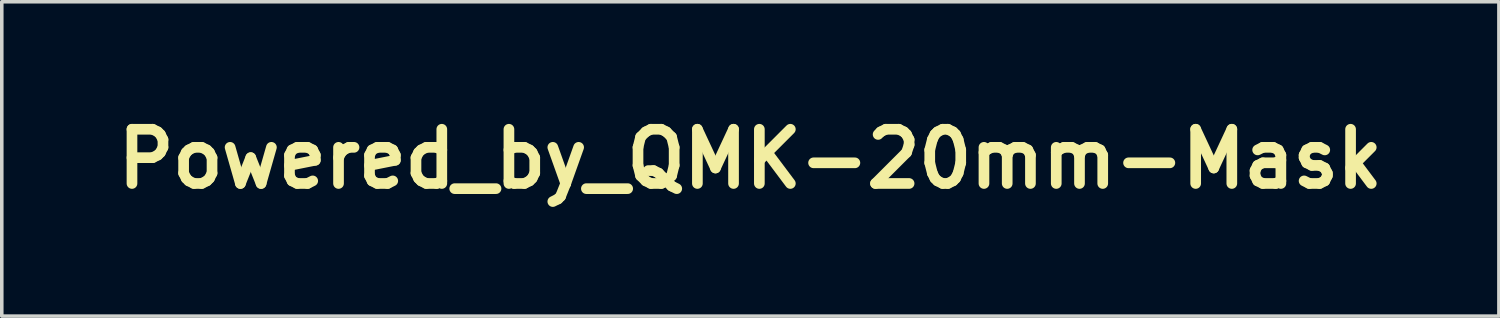
<source format=kicad_pcb>
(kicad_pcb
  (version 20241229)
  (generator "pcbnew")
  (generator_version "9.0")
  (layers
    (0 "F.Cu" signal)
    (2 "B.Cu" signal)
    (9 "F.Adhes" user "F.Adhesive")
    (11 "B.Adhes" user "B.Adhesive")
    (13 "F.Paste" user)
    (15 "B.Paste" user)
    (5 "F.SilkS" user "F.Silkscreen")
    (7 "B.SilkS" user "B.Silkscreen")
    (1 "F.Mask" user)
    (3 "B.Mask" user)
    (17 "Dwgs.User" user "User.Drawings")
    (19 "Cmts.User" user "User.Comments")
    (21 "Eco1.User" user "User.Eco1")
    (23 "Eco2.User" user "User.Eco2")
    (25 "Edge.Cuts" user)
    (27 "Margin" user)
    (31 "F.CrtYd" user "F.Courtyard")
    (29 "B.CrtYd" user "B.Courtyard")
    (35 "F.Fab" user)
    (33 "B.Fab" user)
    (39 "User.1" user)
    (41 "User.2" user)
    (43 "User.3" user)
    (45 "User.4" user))
  (footprint "Powered_by_QMK-20mm-Mask"
    (layer "F.Cu")
    (at 18.041 1.418)
    (property "Reference" "Powered_by_QMK-20mm-Mask" (at 0 0 0) (layer "F.SilkS") (effects (font (size 1.524 1.524) (thickness 0.3))))
    (attr board_only exclude_from_pos_files exclude_from_bom)
    (fp_poly (pts (xy -0.371 -0.321) (xy -0.322 -0.312) (xy -0.318 -0.311) (xy -0.299 -0.305) (xy -0.285 -0.297) (xy -0.276 -0.286) (xy -0.271 -0.271) (xy -0.269 -0.248) (xy -0.268 -0.221) (xy -0.269 -0.188) (xy -0.272 -0.163) (xy -0.277 -0.147) (xy -0.284 -0.139) (xy -0.287 -0.137) (xy -0.295 -0.137) (xy -0.309 -0.14) (xy -0.329 -0.145) (xy -0.336 -0.147) (xy -0.381 -0.158) (xy -0.421 -0.16) (xy -0.455 -0.154) (xy -0.473 -0.147) (xy -0.493 -0.133) (xy -0.518 -0.113) (xy -0.543 -0.087) (xy -0.569 -0.057) (xy -0.594 -0.025) (xy -0.605 -0.009) (xy -0.634 0.036) (xy -0.634 0.34) (xy -0.634 0.411) (xy -0.635 0.473) (xy -0.635 0.527) (xy -0.636 0.571) (xy -0.636 0.607) (xy -0.637 0.633) (xy -0.638 0.649) (xy -0.639 0.655) (xy -0.648 0.663) (xy -0.661 0.669) (xy -0.664 0.67) (xy -0.679 0.673) (xy -0.701 0.674) (xy -0.725 0.675) (xy -0.748 0.674) (xy -0.766 0.673) (xy -0.771 0.672) (xy -0.784 0.668) (xy -0.793 0.664) (xy -0.804 0.658) (xy -0.804 -0.294) (xy -0.793 -0.3) (xy -0.779 -0.304) (xy -0.757 -0.307) (xy -0.733 -0.309) (xy -0.708 -0.308) (xy -0.687 -0.306) (xy -0.674 -0.303) (xy -0.655 -0.295) (xy -0.652 -0.148) (xy -0.615 -0.195) (xy -0.576 -0.24) (xy -0.537 -0.274) (xy -0.498 -0.299) (xy -0.458 -0.315) (xy -0.416 -0.322)) (stroke (width 0) (type solid)) (fill yes) (layer "F.Mask"))
    (fp_poly (pts (xy -3.958 -0.32) (xy -3.889 -0.31) (xy -3.827 -0.293) (xy -3.773 -0.268) (xy -3.725 -0.237) (xy -3.682 -0.198) (xy -3.669 -0.182) (xy -3.636 -0.135) (xy -3.609 -0.08) (xy -3.588 -0.02) (xy -3.574 0.044) (xy -3.565 0.111) (xy -3.563 0.18) (xy -3.567 0.248) (xy -3.577 0.315) (xy -3.593 0.379) (xy -3.616 0.439) (xy -3.645 0.494) (xy -3.658 0.512) (xy -3.698 0.56) (xy -3.745 0.601) (xy -3.799 0.635) (xy -3.856 0.661) (xy -3.916 0.677) (xy -3.959 0.683) (xy -3.99 0.686) (xy -4.014 0.687) (xy -4.033 0.688) (xy -4.051 0.688) (xy -4.069 0.687) (xy -4.089 0.686) (xy -4.141 0.679) (xy -4.188 0.669) (xy -4.232 0.653) (xy -4.257 0.642) (xy -4.31 0.611) (xy -4.356 0.573) (xy -4.395 0.527) (xy -4.426 0.474) (xy -4.451 0.414) (xy -4.469 0.347) (xy -4.479 0.272) (xy -4.482 0.193) (xy -4.482 0.185) (xy -4.304 0.185) (xy -4.303 0.227) (xy -4.301 0.265) (xy -4.297 0.299) (xy -4.293 0.322) (xy -4.276 0.378) (xy -4.253 0.426) (xy -4.223 0.467) (xy -4.187 0.499) (xy -4.145 0.522) (xy -4.097 0.538) (xy -4.079 0.541) (xy -4.042 0.545) (xy -4.008 0.545) (xy -3.971 0.54) (xy -3.964 0.539) (xy -3.916 0.526) (xy -3.872 0.503) (xy -3.834 0.472) (xy -3.802 0.434) (xy -3.776 0.389) (xy -3.757 0.337) (xy -3.756 0.333) (xy -3.746 0.277) (xy -3.74 0.218) (xy -3.74 0.157) (xy -3.745 0.097) (xy -3.755 0.04) (xy -3.77 -0.011) (xy -3.785 -0.048) (xy -3.812 -0.089) (xy -3.845 -0.123) (xy -3.885 -0.15) (xy -3.93 -0.168) (xy -3.948 -0.173) (xy -3.994 -0.179) (xy -4.041 -0.179) (xy -4.087 -0.173) (xy -4.13 -0.162) (xy -4.166 -0.146) (xy -4.166 -0.146) (xy -4.201 -0.12) (xy -4.232 -0.085) (xy -4.259 -0.043) (xy -4.281 0.005) (xy -4.293 0.046) (xy -4.298 0.072) (xy -4.301 0.106) (xy -4.303 0.144) (xy -4.304 0.185) (xy -4.482 0.185) (xy -4.478 0.112) (xy -4.467 0.036) (xy -4.448 -0.033) (xy -4.422 -0.095) (xy -4.388 -0.15) (xy -4.347 -0.198) (xy -4.299 -0.239) (xy -4.244 -0.272) (xy -4.231 -0.279) (xy -4.169 -0.302) (xy -4.102 -0.317) (xy -4.031 -0.323)) (stroke (width 0) (type solid)) (fill yes) (layer "F.Mask"))
    (fp_poly (pts (xy 8.359 -0.657) (xy 8.38 -0.654) (xy 8.395 -0.649) (xy 8.396 -0.648) (xy 8.41 -0.639) (xy 8.411 -0.341) (xy 8.413 -0.044) (xy 8.65 -0.342) (xy 8.692 -0.395) (xy 8.732 -0.444) (xy 8.768 -0.49) (xy 8.802 -0.531) (xy 8.831 -0.566) (xy 8.856 -0.596) (xy 8.876 -0.62) (xy 8.891 -0.637) (xy 8.9 -0.647) (xy 8.902 -0.649) (xy 8.916 -0.653) (xy 8.937 -0.656) (xy 8.963 -0.658) (xy 8.99 -0.658) (xy 9.016 -0.657) (xy 9.038 -0.654) (xy 9.053 -0.65) (xy 9.056 -0.648) (xy 9.067 -0.636) (xy 9.069 -0.62) (xy 9.063 -0.6) (xy 9.055 -0.588) (xy 9.049 -0.58) (xy 9.038 -0.565) (xy 9.02 -0.543) (xy 8.998 -0.516) (xy 8.972 -0.484) (xy 8.942 -0.447) (xy 8.909 -0.407) (xy 8.873 -0.365) (xy 8.836 -0.32) (xy 8.821 -0.302) (xy 8.775 -0.247) (xy 8.733 -0.197) (xy 8.698 -0.154) (xy 8.667 -0.116) (xy 8.643 -0.086) (xy 8.624 -0.062) (xy 8.612 -0.045) (xy 8.606 -0.036) (xy 8.605 -0.034) (xy 8.615 -0.021) (xy 8.63 -0.002) (xy 8.649 0.024) (xy 8.672 0.054) (xy 8.699 0.09) (xy 8.728 0.128) (xy 8.759 0.17) (xy 8.792 0.213) (xy 8.825 0.258) (xy 8.859 0.303) (xy 8.892 0.348) (xy 8.925 0.392) (xy 8.956 0.433) (xy 8.985 0.472) (xy 9.011 0.507) (xy 9.034 0.538) (xy 9.053 0.563) (xy 9.067 0.583) (xy 9.076 0.596) (xy 9.08 0.601) (xy 9.092 0.623) (xy 9.096 0.641) (xy 9.092 0.655) (xy 9.079 0.664) (xy 9.056 0.671) (xy 9.025 0.674) (xy 9.022 0.674) (xy 8.988 0.675) (xy 8.957 0.672) (xy 8.932 0.667) (xy 8.914 0.66) (xy 8.91 0.657) (xy 8.905 0.652) (xy 8.895 0.639) (xy 8.88 0.619) (xy 8.86 0.592) (xy 8.836 0.56) (xy 8.809 0.523) (xy 8.778 0.481) (xy 8.744 0.436) (xy 8.708 0.387) (xy 8.67 0.336) (xy 8.657 0.317) (xy 8.413 -0.015) (xy 8.411 0.32) (xy 8.41 0.655) (xy 8.397 0.663) (xy 8.385 0.667) (xy 8.366 0.671) (xy 8.342 0.673) (xy 8.317 0.674) (xy 8.293 0.674) (xy 8.274 0.672) (xy 8.267 0.671) (xy 8.262 0.67) (xy 8.258 0.669) (xy 8.254 0.669) (xy 8.251 0.667) (xy 8.248 0.665) (xy 8.245 0.66) (xy 8.243 0.654) (xy 8.241 0.644) (xy 8.24 0.631) (xy 8.238 0.615) (xy 8.237 0.594) (xy 8.236 0.568) (xy 8.236 0.536) (xy 8.235 0.499) (xy 8.235 0.455) (xy 8.235 0.404) (xy 8.235 0.345) (xy 8.235 0.279) (xy 8.235 0.203) (xy 8.235 0.119) (xy 8.235 0.025) (xy 8.235 0.007) (xy 8.235 -0.639) (xy 8.249 -0.648) (xy 8.262 -0.653) (xy 8.282 -0.656) (xy 8.307 -0.658) (xy 8.334 -0.658)) (stroke (width 0) (type solid)) (fill yes) (layer "F.Mask"))
    (fp_poly (pts (xy -1.4 -0.318) (xy -1.343 -0.309) (xy -1.292 -0.292) (xy -1.245 -0.268) (xy -1.202 -0.237) (xy -1.178 -0.214) (xy -1.143 -0.174) (xy -1.114 -0.13) (xy -1.093 -0.081) (xy -1.077 -0.027) (xy -1.067 0.034) (xy -1.064 0.089) (xy -1.063 0.124) (xy -1.063 0.15) (xy -1.065 0.17) (xy -1.069 0.184) (xy -1.076 0.195) (xy -1.085 0.203) (xy -1.09 0.206) (xy -1.094 0.208) (xy -1.099 0.21) (xy -1.104 0.212) (xy -1.112 0.213) (xy -1.123 0.214) (xy -1.137 0.215) (xy -1.156 0.215) (xy -1.181 0.216) (xy -1.212 0.216) (xy -1.249 0.216) (xy -1.295 0.217) (xy -1.349 0.217) (xy -1.412 0.217) (xy -1.734 0.217) (xy -1.731 0.26) (xy -1.724 0.319) (xy -1.712 0.369) (xy -1.695 0.412) (xy -1.673 0.449) (xy -1.65 0.475) (xy -1.62 0.501) (xy -1.586 0.521) (xy -1.547 0.535) (xy -1.503 0.544) (xy -1.451 0.548) (xy -1.428 0.548) (xy -1.392 0.548) (xy -1.358 0.545) (xy -1.326 0.541) (xy -1.294 0.534) (xy -1.259 0.525) (xy -1.219 0.512) (xy -1.172 0.495) (xy -1.156 0.489) (xy -1.124 0.477) (xy -1.113 0.489) (xy -1.107 0.496) (xy -1.103 0.505) (xy -1.101 0.519) (xy -1.101 0.54) (xy -1.102 0.569) (xy -1.106 0.59) (xy -1.113 0.605) (xy -1.127 0.617) (xy -1.146 0.628) (xy -1.148 0.63) (xy -1.193 0.647) (xy -1.245 0.662) (xy -1.303 0.674) (xy -1.364 0.682) (xy -1.425 0.686) (xy -1.485 0.686) (xy -1.508 0.685) (xy -1.578 0.676) (xy -1.642 0.658) (xy -1.699 0.632) (xy -1.749 0.599) (xy -1.793 0.558) (xy -1.83 0.51) (xy -1.859 0.454) (xy -1.882 0.391) (xy -1.898 0.321) (xy -1.906 0.244) (xy -1.908 0.191) (xy -1.904 0.11) (xy -1.899 0.075) (xy -1.733 0.075) (xy -1.73 0.081) (xy -1.725 0.085) (xy -1.715 0.089) (xy -1.699 0.091) (xy -1.679 0.092) (xy -1.651 0.093) (xy -1.616 0.093) (xy -1.573 0.093) (xy -1.521 0.093) (xy -1.482 0.093) (xy -1.232 0.093) (xy -1.232 0.067) (xy -1.236 0.021) (xy -1.247 -0.024) (xy -1.263 -0.067) (xy -1.284 -0.104) (xy -1.302 -0.125) (xy -1.333 -0.151) (xy -1.371 -0.171) (xy -1.414 -0.183) (xy -1.459 -0.189) (xy -1.504 -0.188) (xy -1.549 -0.179) (xy -1.586 -0.165) (xy -1.624 -0.141) (xy -1.657 -0.109) (xy -1.686 -0.069) (xy -1.708 -0.025) (xy -1.723 0.025) (xy -1.725 0.032) (xy -1.728 0.046) (xy -1.731 0.058) (xy -1.733 0.067) (xy -1.733 0.075) (xy -1.899 0.075) (xy -1.893 0.035) (xy -1.874 -0.034) (xy -1.848 -0.096) (xy -1.815 -0.152) (xy -1.776 -0.2) (xy -1.73 -0.241) (xy -1.677 -0.274) (xy -1.619 -0.299) (xy -1.58 -0.31) (xy -1.556 -0.315) (xy -1.531 -0.319) (xy -1.504 -0.321) (xy -1.47 -0.321) (xy -1.464 -0.321)) (stroke (width 0) (type solid)) (fill yes) (layer "F.Mask"))
    (fp_poly (pts (xy 0.343 -0.318) (xy 0.4 -0.309) (xy 0.451 -0.292) (xy 0.498 -0.268) (xy 0.54 -0.237) (xy 0.565 -0.214) (xy 0.601 -0.173) (xy 0.63 -0.128) (xy 0.651 -0.078) (xy 0.667 -0.022) (xy 0.676 0.041) (xy 0.679 0.085) (xy 0.68 0.122) (xy 0.68 0.15) (xy 0.677 0.17) (xy 0.672 0.185) (xy 0.665 0.196) (xy 0.655 0.205) (xy 0.653 0.206) (xy 0.649 0.208) (xy 0.645 0.21) (xy 0.639 0.212) (xy 0.631 0.213) (xy 0.621 0.214) (xy 0.607 0.215) (xy 0.588 0.215) (xy 0.564 0.216) (xy 0.534 0.216) (xy 0.497 0.216) (xy 0.452 0.216) (xy 0.398 0.217) (xy 0.336 0.217) (xy 0.009 0.217) (xy 0.012 0.26) (xy 0.019 0.319) (xy 0.031 0.369) (xy 0.048 0.412) (xy 0.07 0.449) (xy 0.092 0.475) (xy 0.123 0.501) (xy 0.157 0.521) (xy 0.196 0.535) (xy 0.24 0.544) (xy 0.292 0.548) (xy 0.315 0.548) (xy 0.351 0.548) (xy 0.384 0.545) (xy 0.416 0.541) (xy 0.449 0.534) (xy 0.484 0.525) (xy 0.524 0.512) (xy 0.571 0.495) (xy 0.586 0.489) (xy 0.619 0.477) (xy 0.63 0.488) (xy 0.636 0.496) (xy 0.639 0.505) (xy 0.641 0.52) (xy 0.642 0.54) (xy 0.641 0.569) (xy 0.637 0.59) (xy 0.63 0.605) (xy 0.617 0.617) (xy 0.597 0.628) (xy 0.595 0.63) (xy 0.55 0.647) (xy 0.497 0.662) (xy 0.44 0.674) (xy 0.379 0.682) (xy 0.317 0.686) (xy 0.258 0.686) (xy 0.235 0.685) (xy 0.164 0.676) (xy 0.101 0.658) (xy 0.044 0.633) (xy -0.006 0.6) (xy -0.05 0.559) (xy -0.087 0.511) (xy -0.116 0.456) (xy -0.139 0.393) (xy -0.154 0.323) (xy -0.163 0.247) (xy -0.163 0.163) (xy -0.163 0.16) (xy -0.16 0.106) (xy -0.157 0.075) (xy 0.01 0.075) (xy 0.012 0.081) (xy 0.018 0.085) (xy 0.028 0.089) (xy 0.043 0.091) (xy 0.064 0.092) (xy 0.092 0.093) (xy 0.126 0.093) (xy 0.169 0.093) (xy 0.221 0.093) (xy 0.26 0.093) (xy 0.51 0.093) (xy 0.51 0.067) (xy 0.507 0.021) (xy 0.496 -0.024) (xy 0.48 -0.067) (xy 0.458 -0.104) (xy 0.44 -0.126) (xy 0.407 -0.152) (xy 0.368 -0.172) (xy 0.325 -0.184) (xy 0.279 -0.189) (xy 0.233 -0.187) (xy 0.188 -0.177) (xy 0.156 -0.164) (xy 0.118 -0.141) (xy 0.085 -0.109) (xy 0.057 -0.069) (xy 0.035 -0.024) (xy 0.02 0.025) (xy 0.018 0.032) (xy 0.015 0.046) (xy 0.012 0.058) (xy 0.01 0.067) (xy 0.01 0.075) (xy -0.157 0.075) (xy -0.155 0.06) (xy -0.147 0.018) (xy -0.136 -0.021) (xy -0.127 -0.049) (xy -0.098 -0.111) (xy -0.063 -0.165) (xy -0.02 -0.212) (xy 0.028 -0.251) (xy 0.083 -0.282) (xy 0.144 -0.305) (xy 0.162 -0.31) (xy 0.187 -0.315) (xy 0.212 -0.319) (xy 0.239 -0.321) (xy 0.273 -0.321) (xy 0.278 -0.321)) (stroke (width 0) (type solid)) (fill yes) (layer "F.Mask"))
    (fp_poly (pts (xy -5.281 -0.654) (xy -5.242 -0.654) (xy -5.194 -0.654) (xy -5.179 -0.653) (xy -5.127 -0.653) (xy -5.085 -0.652) (xy -5.051 -0.651) (xy -5.023 -0.65) (xy -5.001 -0.649) (xy -4.982 -0.648) (xy -4.966 -0.646) (xy -4.952 -0.644) (xy -4.938 -0.641) (xy -4.933 -0.64) (xy -4.873 -0.623) (xy -4.82 -0.601) (xy -4.774 -0.573) (xy -4.733 -0.538) (xy -4.721 -0.526) (xy -4.691 -0.488) (xy -4.665 -0.444) (xy -4.645 -0.398) (xy -4.638 -0.374) (xy -4.629 -0.323) (xy -4.626 -0.268) (xy -4.629 -0.211) (xy -4.638 -0.155) (xy -4.651 -0.11) (xy -4.669 -0.065) (xy -4.691 -0.025) (xy -4.72 0.012) (xy -4.733 0.027) (xy -4.774 0.066) (xy -4.819 0.097) (xy -4.869 0.123) (xy -4.926 0.143) (xy -4.945 0.148) (xy -4.961 0.152) (xy -4.976 0.156) (xy -4.991 0.158) (xy -5.009 0.16) (xy -5.03 0.161) (xy -5.057 0.162) (xy -5.092 0.163) (xy -5.127 0.164) (xy -5.259 0.166) (xy -5.259 0.405) (xy -5.259 0.463) (xy -5.259 0.511) (xy -5.26 0.551) (xy -5.26 0.584) (xy -5.261 0.609) (xy -5.263 0.629) (xy -5.265 0.643) (xy -5.268 0.653) (xy -5.272 0.66) (xy -5.277 0.664) (xy -5.284 0.667) (xy -5.291 0.669) (xy -5.298 0.67) (xy -5.32 0.673) (xy -5.346 0.675) (xy -5.374 0.674) (xy -5.399 0.672) (xy -5.41 0.669) (xy -5.424 0.664) (xy -5.434 0.656) (xy -5.435 0.655) (xy -5.436 0.648) (xy -5.437 0.631) (xy -5.437 0.604) (xy -5.438 0.567) (xy -5.438 0.52) (xy -5.439 0.463) (xy -5.439 0.397) (xy -5.439 0.321) (xy -5.439 0.236) (xy -5.439 0.142) (xy -5.439 0.039) (xy -5.439 0.021) (xy -5.259 0.021) (xy -5.16 0.02) (xy -5.118 0.02) (xy -5.081 0.019) (xy -5.049 0.016) (xy -5.025 0.014) (xy -5.021 0.013) (xy -4.973 -0.000408) (xy -4.929 -0.023) (xy -4.891 -0.052) (xy -4.859 -0.089) (xy -4.835 -0.132) (xy -4.823 -0.166) (xy -4.814 -0.219) (xy -4.812 -0.269) (xy -4.819 -0.318) (xy -4.833 -0.363) (xy -4.854 -0.403) (xy -4.881 -0.437) (xy -4.915 -0.465) (xy -4.936 -0.477) (xy -4.956 -0.485) (xy -4.975 -0.492) (xy -4.995 -0.497) (xy -5.018 -0.501) (xy -5.045 -0.503) (xy -5.079 -0.505) (xy -5.12 -0.505) (xy -5.147 -0.505) (xy -5.259 -0.505) (xy -5.259 0.021) (xy -5.439 0.021) (xy -5.439 0.017) (xy -5.439 -0.078) (xy -5.438 -0.164) (xy -5.438 -0.24) (xy -5.438 -0.308) (xy -5.438 -0.368) (xy -5.437 -0.419) (xy -5.437 -0.464) (xy -5.436 -0.502) (xy -5.436 -0.535) (xy -5.434 -0.561) (xy -5.433 -0.583) (xy -5.431 -0.6) (xy -5.429 -0.614) (xy -5.427 -0.624) (xy -5.424 -0.631) (xy -5.421 -0.637) (xy -5.417 -0.64) (xy -5.413 -0.642) (xy -5.409 -0.644) (xy -5.403 -0.645) (xy -5.397 -0.647) (xy -5.396 -0.647) (xy -5.389 -0.65) (xy -5.381 -0.651) (xy -5.371 -0.653) (xy -5.356 -0.654) (xy -5.337 -0.654) (xy -5.313 -0.654)) (stroke (width 0) (type solid)) (fill yes) (layer "F.Mask"))
    (fp_poly (pts (xy 4.281 -0.309) (xy 4.306 -0.307) (xy 4.326 -0.304) (xy 4.331 -0.303) (xy 4.336 -0.301) (xy 4.34 -0.299) (xy 4.344 -0.297) (xy 4.346 -0.293) (xy 4.348 -0.288) (xy 4.348 -0.281) (xy 4.348 -0.272) (xy 4.345 -0.259) (xy 4.341 -0.243) (xy 4.336 -0.223) (xy 4.328 -0.198) (xy 4.318 -0.168) (xy 4.306 -0.133) (xy 4.292 -0.092) (xy 4.275 -0.044) (xy 4.256 0.01) (xy 4.234 0.072) (xy 4.208 0.142) (xy 4.18 0.221) (xy 4.149 0.308) (xy 4.127 0.369) (xy 4.099 0.445) (xy 4.072 0.52) (xy 4.046 0.591) (xy 4.022 0.658) (xy 3.999 0.722) (xy 3.977 0.78) (xy 3.958 0.833) (xy 3.941 0.88) (xy 3.927 0.92) (xy 3.915 0.953) (xy 3.905 0.978) (xy 3.899 0.994) (xy 3.896 1.002) (xy 3.896 1.002) (xy 3.885 1.019) (xy 3.869 1.03) (xy 3.853 1.034) (xy 3.83 1.037) (xy 3.803 1.039) (xy 3.776 1.04) (xy 3.752 1.039) (xy 3.735 1.036) (xy 3.734 1.036) (xy 3.726 1.033) (xy 3.719 1.03) (xy 3.714 1.025) (xy 3.712 1.018) (xy 3.713 1.007) (xy 3.716 0.993) (xy 3.722 0.973) (xy 3.731 0.947) (xy 3.744 0.914) (xy 3.76 0.872) (xy 3.774 0.838) (xy 3.841 0.669) (xy 3.828 0.658) (xy 3.825 0.653) (xy 3.82 0.643) (xy 3.813 0.627) (xy 3.803 0.604) (xy 3.792 0.575) (xy 3.777 0.539) (xy 3.76 0.495) (xy 3.741 0.443) (xy 3.718 0.383) (xy 3.692 0.314) (xy 3.663 0.237) (xy 3.648 0.196) (xy 3.623 0.13) (xy 3.6 0.067) (xy 3.578 0.008) (xy 3.557 -0.048) (xy 3.538 -0.1) (xy 3.522 -0.145) (xy 3.507 -0.185) (xy 3.495 -0.219) (xy 3.486 -0.244) (xy 3.48 -0.262) (xy 3.477 -0.271) (xy 3.477 -0.271) (xy 3.477 -0.285) (xy 3.483 -0.295) (xy 3.497 -0.301) (xy 3.518 -0.306) (xy 3.549 -0.308) (xy 3.555 -0.308) (xy 3.59 -0.309) (xy 3.616 -0.306) (xy 3.635 -0.3) (xy 3.648 -0.291) (xy 3.656 -0.28) (xy 3.659 -0.272) (xy 3.665 -0.256) (xy 3.674 -0.232) (xy 3.685 -0.2) (xy 3.699 -0.161) (xy 3.715 -0.117) (xy 3.733 -0.068) (xy 3.751 -0.015) (xy 3.772 0.041) (xy 3.792 0.1) (xy 3.813 0.159) (xy 3.833 0.214) (xy 3.852 0.266) (xy 3.869 0.314) (xy 3.884 0.356) (xy 3.897 0.393) (xy 3.908 0.422) (xy 3.917 0.445) (xy 3.922 0.459) (xy 3.924 0.464) (xy 3.924 0.464) (xy 3.927 0.459) (xy 3.932 0.445) (xy 3.94 0.423) (xy 3.95 0.394) (xy 3.963 0.358) (xy 3.978 0.315) (xy 3.994 0.268) (xy 4.012 0.216) (xy 4.031 0.16) (xy 4.051 0.101) (xy 4.053 0.097) (xy 4.073 0.037) (xy 4.092 -0.019) (xy 4.111 -0.073) (xy 4.128 -0.122) (xy 4.143 -0.166) (xy 4.156 -0.205) (xy 4.168 -0.236) (xy 4.176 -0.261) (xy 4.182 -0.277) (xy 4.185 -0.285) (xy 4.185 -0.285) (xy 4.197 -0.298) (xy 4.211 -0.304) (xy 4.23 -0.307) (xy 4.254 -0.309)) (stroke (width 0) (type solid)) (fill yes) (layer "F.Mask"))
    (fp_poly (pts (xy 2.622 -0.75) (xy 2.642 -0.749) (xy 2.655 -0.748) (xy 2.663 -0.745) (xy 2.669 -0.742) (xy 2.669 -0.741) (xy 2.672 -0.738) (xy 2.673 -0.735) (xy 2.675 -0.729) (xy 2.676 -0.72) (xy 2.677 -0.707) (xy 2.678 -0.689) (xy 2.678 -0.666) (xy 2.679 -0.637) (xy 2.679 -0.6) (xy 2.68 -0.556) (xy 2.68 -0.502) (xy 2.68 -0.456) (xy 2.68 -0.404) (xy 2.681 -0.355) (xy 2.681 -0.31) (xy 2.682 -0.27) (xy 2.682 -0.237) (xy 2.683 -0.21) (xy 2.684 -0.191) (xy 2.684 -0.182) (xy 2.685 -0.18) (xy 2.69 -0.184) (xy 2.7 -0.193) (xy 2.714 -0.205) (xy 2.72 -0.211) (xy 2.752 -0.237) (xy 2.788 -0.263) (xy 2.825 -0.285) (xy 2.86 -0.301) (xy 2.864 -0.302) (xy 2.917 -0.317) (xy 2.973 -0.323) (xy 3.029 -0.321) (xy 3.084 -0.311) (xy 3.134 -0.293) (xy 3.172 -0.272) (xy 3.218 -0.236) (xy 3.258 -0.193) (xy 3.291 -0.141) (xy 3.31 -0.1) (xy 3.33 -0.041) (xy 3.344 0.025) (xy 3.352 0.095) (xy 3.356 0.167) (xy 3.353 0.24) (xy 3.345 0.311) (xy 3.331 0.379) (xy 3.323 0.408) (xy 3.298 0.472) (xy 3.267 0.528) (xy 3.23 0.576) (xy 3.187 0.615) (xy 3.138 0.647) (xy 3.084 0.67) (xy 3.026 0.683) (xy 2.963 0.688) (xy 2.916 0.685) (xy 2.868 0.676) (xy 2.82 0.658) (xy 2.772 0.63) (xy 2.723 0.593) (xy 2.7 0.572) (xy 2.661 0.535) (xy 2.661 0.592) (xy 2.66 0.622) (xy 2.658 0.643) (xy 2.653 0.656) (xy 2.645 0.665) (xy 2.632 0.67) (xy 2.617 0.673) (xy 2.595 0.675) (xy 2.57 0.674) (xy 2.547 0.672) (xy 2.529 0.668) (xy 2.522 0.666) (xy 2.511 0.66) (xy 2.511 0.376) (xy 2.681 0.376) (xy 2.732 0.426) (xy 2.771 0.464) (xy 2.807 0.493) (xy 2.84 0.515) (xy 2.873 0.529) (xy 2.906 0.537) (xy 2.941 0.54) (xy 2.955 0.54) (xy 2.984 0.537) (xy 3.007 0.533) (xy 3.028 0.525) (xy 3.029 0.524) (xy 3.065 0.502) (xy 3.097 0.471) (xy 3.124 0.431) (xy 3.146 0.384) (xy 3.163 0.329) (xy 3.174 0.267) (xy 3.177 0.248) (xy 3.18 0.193) (xy 3.178 0.135) (xy 3.172 0.078) (xy 3.162 0.024) (xy 3.147 -0.025) (xy 3.135 -0.055) (xy 3.116 -0.087) (xy 3.092 -0.117) (xy 3.064 -0.142) (xy 3.038 -0.158) (xy 3.006 -0.17) (xy 2.968 -0.175) (xy 2.929 -0.174) (xy 2.892 -0.168) (xy 2.882 -0.165) (xy 2.845 -0.149) (xy 2.808 -0.126) (xy 2.769 -0.094) (xy 2.731 -0.056) (xy 2.681 -0.004) (xy 2.681 0.376) (xy 2.511 0.376) (xy 2.511 -0.038) (xy 2.511 -0.137) (xy 2.511 -0.227) (xy 2.511 -0.307) (xy 2.511 -0.379) (xy 2.511 -0.442) (xy 2.512 -0.497) (xy 2.512 -0.545) (xy 2.512 -0.587) (xy 2.512 -0.622) (xy 2.513 -0.651) (xy 2.513 -0.675) (xy 2.514 -0.695) (xy 2.514 -0.71) (xy 2.515 -0.722) (xy 2.516 -0.731) (xy 2.517 -0.737) (xy 2.518 -0.74) (xy 2.519 -0.743) (xy 2.52 -0.743) (xy 2.527 -0.746) (xy 2.54 -0.749) (xy 2.562 -0.75) (xy 2.592 -0.75) (xy 2.594 -0.75)) (stroke (width 0) (type solid)) (fill yes) (layer "F.Mask"))
    (fp_poly (pts (xy 1.672 -0.749) (xy 1.675 -0.749) (xy 1.682 -0.748) (xy 1.689 -0.748) (xy 1.695 -0.747) (xy 1.7 -0.747) (xy 1.705 -0.745) (xy 1.709 -0.742) (xy 1.713 -0.737) (xy 1.716 -0.73) (xy 1.719 -0.719) (xy 1.721 -0.706) (xy 1.723 -0.688) (xy 1.724 -0.665) (xy 1.725 -0.638) (xy 1.726 -0.605) (xy 1.727 -0.566) (xy 1.727 -0.521) (xy 1.727 -0.468) (xy 1.728 -0.408) (xy 1.728 -0.34) (xy 1.727 -0.264) (xy 1.727 -0.178) (xy 1.727 -0.083) (xy 1.727 -0.038) (xy 1.727 0.075) (xy 1.727 0.177) (xy 1.727 0.27) (xy 1.727 0.353) (xy 1.726 0.426) (xy 1.726 0.489) (xy 1.725 0.542) (xy 1.725 0.585) (xy 1.724 0.617) (xy 1.723 0.64) (xy 1.723 0.653) (xy 1.722 0.655) (xy 1.712 0.664) (xy 1.694 0.671) (xy 1.672 0.674) (xy 1.647 0.675) (xy 1.623 0.674) (xy 1.601 0.669) (xy 1.585 0.662) (xy 1.578 0.655) (xy 1.576 0.646) (xy 1.574 0.629) (xy 1.573 0.607) (xy 1.573 0.585) (xy 1.573 0.525) (xy 1.535 0.561) (xy 1.483 0.605) (xy 1.432 0.639) (xy 1.379 0.664) (xy 1.325 0.68) (xy 1.268 0.687) (xy 1.207 0.686) (xy 1.206 0.685) (xy 1.149 0.675) (xy 1.096 0.656) (xy 1.048 0.628) (xy 1.004 0.591) (xy 0.967 0.545) (xy 0.945 0.51) (xy 0.923 0.464) (xy 0.906 0.41) (xy 0.893 0.35) (xy 0.884 0.286) (xy 0.88 0.219) (xy 0.88 0.183) (xy 1.06 0.183) (xy 1.06 0.222) (xy 1.06 0.252) (xy 1.061 0.276) (xy 1.063 0.295) (xy 1.065 0.311) (xy 1.068 0.327) (xy 1.071 0.341) (xy 1.088 0.396) (xy 1.111 0.442) (xy 1.138 0.48) (xy 1.17 0.509) (xy 1.206 0.529) (xy 1.219 0.534) (xy 1.246 0.539) (xy 1.279 0.541) (xy 1.313 0.539) (xy 1.345 0.533) (xy 1.352 0.531) (xy 1.389 0.515) (xy 1.428 0.49) (xy 1.469 0.455) (xy 1.505 0.42) (xy 1.552 0.37) (xy 1.552 -0.01) (xy 1.499 -0.064) (xy 1.46 -0.101) (xy 1.425 -0.13) (xy 1.391 -0.151) (xy 1.359 -0.165) (xy 1.325 -0.173) (xy 1.289 -0.175) (xy 1.278 -0.174) (xy 1.253 -0.172) (xy 1.233 -0.169) (xy 1.215 -0.163) (xy 1.2 -0.156) (xy 1.164 -0.132) (xy 1.132 -0.099) (xy 1.105 -0.058) (xy 1.083 -0.008) (xy 1.072 0.028) (xy 1.068 0.043) (xy 1.065 0.058) (xy 1.063 0.073) (xy 1.061 0.092) (xy 1.061 0.116) (xy 1.06 0.147) (xy 1.06 0.183) (xy 0.88 0.183) (xy 0.88 0.152) (xy 0.885 0.085) (xy 0.895 0.021) (xy 0.909 -0.038) (xy 0.911 -0.044) (xy 0.936 -0.107) (xy 0.966 -0.162) (xy 1.004 -0.21) (xy 1.047 -0.25) (xy 1.095 -0.281) (xy 1.15 -0.304) (xy 1.169 -0.31) (xy 1.211 -0.318) (xy 1.258 -0.322) (xy 1.305 -0.32) (xy 1.348 -0.315) (xy 1.374 -0.308) (xy 1.413 -0.291) (xy 1.455 -0.268) (xy 1.497 -0.238) (xy 1.522 -0.217) (xy 1.552 -0.19) (xy 1.553 -0.458) (xy 1.554 -0.519) (xy 1.554 -0.569) (xy 1.554 -0.611) (xy 1.555 -0.645) (xy 1.555 -0.673) (xy 1.556 -0.694) (xy 1.557 -0.709) (xy 1.558 -0.72) (xy 1.56 -0.728) (xy 1.561 -0.732) (xy 1.563 -0.735) (xy 1.575 -0.742) (xy 1.595 -0.747) (xy 1.62 -0.75) (xy 1.646 -0.751)) (stroke (width 0) (type solid)) (fill yes) (layer "F.Mask"))
    (fp_poly (pts (xy 5.661 -0.668) (xy 5.732 -0.656) (xy 5.798 -0.636) (xy 5.84 -0.619) (xy 5.901 -0.585) (xy 5.956 -0.543) (xy 6.004 -0.494) (xy 6.044 -0.438) (xy 6.078 -0.374) (xy 6.105 -0.302) (xy 6.125 -0.223) (xy 6.138 -0.136) (xy 6.145 -0.052) (xy 6.145 0.044) (xy 6.138 0.135) (xy 6.123 0.22) (xy 6.102 0.299) (xy 6.075 0.372) (xy 6.04 0.438) (xy 6.012 0.48) (xy 5.98 0.522) (xy 5.992 0.532) (xy 6.04 0.568) (xy 6.091 0.603) (xy 6.143 0.634) (xy 6.192 0.661) (xy 6.234 0.681) (xy 6.262 0.693) (xy 6.281 0.704) (xy 6.294 0.716) (xy 6.302 0.731) (xy 6.305 0.751) (xy 6.306 0.778) (xy 6.306 0.787) (xy 6.304 0.82) (xy 6.299 0.844) (xy 6.29 0.859) (xy 6.283 0.863) (xy 6.277 0.865) (xy 6.272 0.866) (xy 6.265 0.864) (xy 6.252 0.861) (xy 6.239 0.858) (xy 6.204 0.846) (xy 6.163 0.828) (xy 6.118 0.806) (xy 6.071 0.779) (xy 6.022 0.749) (xy 5.975 0.717) (xy 5.93 0.685) (xy 5.89 0.652) (xy 5.877 0.641) (xy 5.846 0.614) (xy 5.817 0.629) (xy 5.779 0.645) (xy 5.735 0.661) (xy 5.688 0.673) (xy 5.666 0.678) (xy 5.638 0.682) (xy 5.603 0.684) (xy 5.564 0.686) (xy 5.523 0.686) (xy 5.483 0.685) (xy 5.446 0.683) (xy 5.425 0.681) (xy 5.35 0.666) (xy 5.281 0.643) (xy 5.219 0.612) (xy 5.164 0.573) (xy 5.114 0.526) (xy 5.072 0.472) (xy 5.039 0.415) (xy 5.016 0.361) (xy 4.997 0.3) (xy 4.982 0.231) (xy 4.971 0.159) (xy 4.965 0.083) (xy 4.963 0.007) (xy 4.963 0.005) (xy 5.154 0.005) (xy 5.155 0.07) (xy 5.157 0.127) (xy 5.163 0.176) (xy 5.17 0.221) (xy 5.181 0.262) (xy 5.194 0.301) (xy 5.212 0.341) (xy 5.214 0.345) (xy 5.228 0.372) (xy 5.241 0.394) (xy 5.256 0.413) (xy 5.274 0.433) (xy 5.277 0.435) (xy 5.321 0.472) (xy 5.371 0.501) (xy 5.426 0.521) (xy 5.487 0.532) (xy 5.554 0.535) (xy 5.612 0.531) (xy 5.67 0.52) (xy 5.721 0.503) (xy 5.768 0.477) (xy 5.812 0.442) (xy 5.827 0.428) (xy 5.86 0.39) (xy 5.888 0.347) (xy 5.911 0.298) (xy 5.929 0.243) (xy 5.943 0.179) (xy 5.953 0.108) (xy 5.956 0.077) (xy 5.959 0.017) (xy 5.958 -0.046) (xy 5.953 -0.109) (xy 5.945 -0.17) (xy 5.934 -0.226) (xy 5.92 -0.274) (xy 5.92 -0.275) (xy 5.895 -0.333) (xy 5.863 -0.385) (xy 5.824 -0.428) (xy 5.779 -0.464) (xy 5.727 -0.492) (xy 5.677 -0.509) (xy 5.653 -0.514) (xy 5.622 -0.517) (xy 5.586 -0.518) (xy 5.548 -0.518) (xy 5.511 -0.517) (xy 5.477 -0.515) (xy 5.45 -0.511) (xy 5.44 -0.509) (xy 5.384 -0.488) (xy 5.333 -0.458) (xy 5.288 -0.421) (xy 5.249 -0.375) (xy 5.216 -0.322) (xy 5.19 -0.262) (xy 5.188 -0.255) (xy 5.177 -0.221) (xy 5.169 -0.189) (xy 5.163 -0.157) (xy 5.158 -0.122) (xy 5.156 -0.084) (xy 5.154 -0.039) (xy 5.154 0.005) (xy 4.963 0.005) (xy 4.966 -0.069) (xy 4.973 -0.144) (xy 4.978 -0.175) (xy 4.997 -0.258) (xy 5.024 -0.334) (xy 5.057 -0.403) (xy 5.097 -0.464) (xy 5.144 -0.518) (xy 5.198 -0.564) (xy 5.258 -0.602) (xy 5.324 -0.632) (xy 5.397 -0.654) (xy 5.435 -0.662) (xy 5.51 -0.671) (xy 5.586 -0.673)) (stroke (width 0) (type solid)) (fill yes) (layer "F.Mask"))
    (fp_poly (pts (xy 6.598 -0.654) (xy 6.629 -0.653) (xy 6.652 -0.652) (xy 6.669 -0.651) (xy 6.682 -0.649) (xy 6.693 -0.645) (xy 6.704 -0.64) (xy 6.71 -0.638) (xy 6.734 -0.623) (xy 6.751 -0.607) (xy 6.754 -0.604) (xy 6.758 -0.596) (xy 6.765 -0.58) (xy 6.775 -0.555) (xy 6.789 -0.523) (xy 6.805 -0.484) (xy 6.823 -0.438) (xy 6.844 -0.387) (xy 6.867 -0.331) (xy 6.891 -0.271) (xy 6.916 -0.207) (xy 6.943 -0.141) (xy 6.963 -0.088) (xy 6.99 -0.02) (xy 7.016 0.045) (xy 7.041 0.107) (xy 7.064 0.165) (xy 7.085 0.218) (xy 7.104 0.266) (xy 7.121 0.308) (xy 7.135 0.344) (xy 7.147 0.372) (xy 7.155 0.392) (xy 7.16 0.404) (xy 7.162 0.407) (xy 7.164 0.403) (xy 7.17 0.389) (xy 7.18 0.367) (xy 7.192 0.338) (xy 7.208 0.301) (xy 7.226 0.258) (xy 7.246 0.21) (xy 7.269 0.156) (xy 7.293 0.097) (xy 7.319 0.035) (xy 7.346 -0.031) (xy 7.369 -0.086) (xy 7.397 -0.154) (xy 7.424 -0.22) (xy 7.45 -0.283) (xy 7.475 -0.342) (xy 7.498 -0.397) (xy 7.519 -0.447) (xy 7.538 -0.491) (xy 7.554 -0.529) (xy 7.567 -0.559) (xy 7.577 -0.582) (xy 7.584 -0.597) (xy 7.587 -0.602) (xy 7.601 -0.618) (xy 7.618 -0.633) (xy 7.625 -0.638) (xy 7.634 -0.643) (xy 7.642 -0.647) (xy 7.651 -0.649) (xy 7.663 -0.651) (xy 7.679 -0.652) (xy 7.702 -0.652) (xy 7.732 -0.652) (xy 7.743 -0.652) (xy 7.78 -0.652) (xy 7.808 -0.651) (xy 7.829 -0.649) (xy 7.845 -0.645) (xy 7.856 -0.64) (xy 7.864 -0.631) (xy 7.871 -0.62) (xy 7.875 -0.613) (xy 7.876 -0.61) (xy 7.878 -0.606) (xy 7.879 -0.6) (xy 7.88 -0.592) (xy 7.88 -0.582) (xy 7.881 -0.568) (xy 7.882 -0.55) (xy 7.882 -0.528) (xy 7.883 -0.502) (xy 7.883 -0.469) (xy 7.883 -0.431) (xy 7.884 -0.386) (xy 7.884 -0.334) (xy 7.884 -0.274) (xy 7.884 -0.206) (xy 7.884 -0.129) (xy 7.884 -0.043) (xy 7.884 0.025) (xy 7.884 0.125) (xy 7.884 0.217) (xy 7.884 0.301) (xy 7.883 0.377) (xy 7.883 0.444) (xy 7.883 0.502) (xy 7.882 0.552) (xy 7.881 0.592) (xy 7.881 0.622) (xy 7.88 0.643) (xy 7.879 0.653) (xy 7.879 0.655) (xy 7.87 0.662) (xy 7.853 0.668) (xy 7.83 0.672) (xy 7.805 0.675) (xy 7.779 0.675) (xy 7.754 0.673) (xy 7.734 0.668) (xy 7.722 0.663) (xy 7.709 0.655) (xy 7.708 0.073) (xy 7.708 -0.016) (xy 7.708 -0.096) (xy 7.708 -0.167) (xy 7.708 -0.229) (xy 7.708 -0.283) (xy 7.708 -0.329) (xy 7.707 -0.369) (xy 7.707 -0.401) (xy 7.707 -0.428) (xy 7.706 -0.449) (xy 7.706 -0.465) (xy 7.705 -0.477) (xy 7.704 -0.486) (xy 7.703 -0.49) (xy 7.702 -0.492) (xy 7.701 -0.492) (xy 7.7 -0.491) (xy 7.698 -0.488) (xy 7.698 -0.487) (xy 7.695 -0.48) (xy 7.688 -0.464) (xy 7.678 -0.439) (xy 7.665 -0.406) (xy 7.649 -0.367) (xy 7.63 -0.321) (xy 7.609 -0.269) (xy 7.586 -0.212) (xy 7.562 -0.151) (xy 7.535 -0.085) (xy 7.507 -0.016) (xy 7.478 0.056) (xy 7.463 0.095) (xy 7.425 0.188) (xy 7.391 0.273) (xy 7.36 0.348) (xy 7.333 0.415) (xy 7.31 0.473) (xy 7.289 0.522) (xy 7.271 0.564) (xy 7.257 0.598) (xy 7.245 0.625) (xy 7.236 0.644) (xy 7.23 0.657) (xy 7.227 0.663) (xy 7.226 0.663) (xy 7.21 0.67) (xy 7.188 0.674) (xy 7.162 0.675) (xy 7.135 0.674) (xy 7.111 0.671) (xy 7.09 0.666) (xy 7.078 0.658) (xy 7.074 0.652) (xy 7.067 0.636) (xy 7.057 0.612) (xy 7.044 0.579) (xy 7.027 0.538) (xy 7.008 0.49) (xy 6.986 0.434) (xy 6.962 0.372) (xy 6.935 0.304) (xy 6.906 0.229) (xy 6.875 0.15) (xy 6.845 0.071) (xy 6.623 -0.505) (xy 6.622 0.075) (xy 6.621 0.655) (xy 6.607 0.663) (xy 6.596 0.667) (xy 6.577 0.671) (xy 6.553 0.673) (xy 6.528 0.674) (xy 6.504 0.674) (xy 6.484 0.672) (xy 6.478 0.671) (xy 6.473 0.67) (xy 6.469 0.669) (xy 6.465 0.669) (xy 6.461 0.667) (xy 6.458 0.664) (xy 6.456 0.66) (xy 6.454 0.653) (xy 6.452 0.644) (xy 6.45 0.631) (xy 6.449 0.614) (xy 6.448 0.593) (xy 6.447 0.566) (xy 6.447 0.535) (xy 6.446 0.497) (xy 6.446 0.452) (xy 6.446 0.401) (xy 6.446 0.342) (xy 6.446 0.274) (xy 6.446 0.198) (xy 6.446 0.113) (xy 6.447 0.02) (xy 6.448 -0.613) (xy 6.463 -0.629) (xy 6.474 -0.638) (xy 6.485 -0.645) (xy 6.5 -0.65) (xy 6.519 -0.653) (xy 6.544 -0.654) (xy 6.578 -0.654)) (stroke (width 0) (type solid)) (fill yes) (layer "F.Mask"))
    (fp_poly (pts (xy -2.084 -0.308) (xy -2.06 -0.304) (xy -2.046 -0.296) (xy -2.038 -0.284) (xy -2.038 -0.267) (xy -2.042 -0.251) (xy -2.046 -0.235) (xy -2.053 -0.212) (xy -2.063 -0.181) (xy -2.074 -0.144) (xy -2.088 -0.101) (xy -2.102 -0.054) (xy -2.118 -0.003) (xy -2.135 0.052) (xy -2.152 0.108) (xy -2.17 0.166) (xy -2.188 0.224) (xy -2.206 0.282) (xy -2.224 0.338) (xy -2.241 0.392) (xy -2.257 0.443) (xy -2.272 0.491) (xy -2.285 0.534) (xy -2.297 0.571) (xy -2.307 0.601) (xy -2.314 0.625) (xy -2.319 0.64) (xy -2.321 0.647) (xy -2.321 0.647) (xy -2.329 0.657) (xy -2.341 0.665) (xy -2.36 0.67) (xy -2.388 0.673) (xy -2.401 0.674) (xy -2.444 0.675) (xy -2.48 0.673) (xy -2.507 0.669) (xy -2.526 0.661) (xy -2.53 0.658) (xy -2.532 0.655) (xy -2.536 0.649) (xy -2.54 0.64) (xy -2.545 0.626) (xy -2.551 0.609) (xy -2.559 0.586) (xy -2.567 0.557) (xy -2.578 0.521) (xy -2.591 0.478) (xy -2.606 0.427) (xy -2.623 0.367) (xy -2.64 0.31) (xy -2.656 0.253) (xy -2.672 0.199) (xy -2.687 0.149) (xy -2.7 0.104) (xy -2.712 0.064) (xy -2.722 0.03) (xy -2.729 0.003) (xy -2.735 -0.016) (xy -2.738 -0.027) (xy -2.739 -0.028) (xy -2.741 -0.024) (xy -2.745 -0.01) (xy -2.751 0.012) (xy -2.759 0.042) (xy -2.769 0.078) (xy -2.78 0.12) (xy -2.793 0.168) (xy -2.807 0.219) (xy -2.822 0.275) (xy -2.83 0.306) (xy -2.846 0.363) (xy -2.86 0.417) (xy -2.874 0.468) (xy -2.887 0.514) (xy -2.898 0.555) (xy -2.908 0.59) (xy -2.915 0.618) (xy -2.921 0.637) (xy -2.925 0.649) (xy -2.926 0.651) (xy -2.934 0.659) (xy -2.944 0.666) (xy -2.955 0.668) (xy -2.973 0.671) (xy -2.997 0.672) (xy -3.024 0.673) (xy -3.051 0.674) (xy -3.076 0.673) (xy -3.096 0.672) (xy -3.106 0.671) (xy -3.122 0.665) (xy -3.135 0.658) (xy -3.136 0.656) (xy -3.139 0.65) (xy -3.144 0.635) (xy -3.152 0.611) (xy -3.163 0.581) (xy -3.175 0.543) (xy -3.189 0.5) (xy -3.204 0.453) (xy -3.221 0.401) (xy -3.238 0.346) (xy -3.256 0.289) (xy -3.274 0.231) (xy -3.292 0.172) (xy -3.311 0.113) (xy -3.328 0.055) (xy -3.345 -0.000169) (xy -3.361 -0.053) (xy -3.376 -0.102) (xy -3.39 -0.147) (xy -3.401 -0.186) (xy -3.411 -0.219) (xy -3.418 -0.245) (xy -3.423 -0.263) (xy -3.425 -0.272) (xy -3.425 -0.272) (xy -3.424 -0.286) (xy -3.419 -0.296) (xy -3.409 -0.302) (xy -3.392 -0.306) (xy -3.367 -0.308) (xy -3.355 -0.308) (xy -3.316 -0.309) (xy -3.286 -0.305) (xy -3.266 -0.299) (xy -3.254 -0.289) (xy -3.253 -0.287) (xy -3.251 -0.281) (xy -3.246 -0.265) (xy -3.239 -0.241) (xy -3.229 -0.209) (xy -3.218 -0.171) (xy -3.205 -0.126) (xy -3.19 -0.077) (xy -3.174 -0.023) (xy -3.158 0.035) (xy -3.14 0.095) (xy -3.138 0.103) (xy -3.12 0.163) (xy -3.103 0.22) (xy -3.087 0.274) (xy -3.073 0.323) (xy -3.06 0.367) (xy -3.049 0.405) (xy -3.04 0.436) (xy -3.032 0.46) (xy -3.028 0.476) (xy -3.026 0.482) (xy -3.026 0.482) (xy -3.024 0.478) (xy -3.02 0.464) (xy -3.014 0.442) (xy -3.006 0.412) (xy -2.996 0.375) (xy -2.984 0.332) (xy -2.971 0.284) (xy -2.957 0.231) (xy -2.941 0.174) (xy -2.925 0.114) (xy -2.924 0.109) (xy -2.908 0.048) (xy -2.892 -0.01) (xy -2.878 -0.064) (xy -2.864 -0.114) (xy -2.852 -0.16) (xy -2.841 -0.199) (xy -2.832 -0.232) (xy -2.825 -0.257) (xy -2.82 -0.274) (xy -2.818 -0.282) (xy -2.818 -0.282) (xy -2.809 -0.294) (xy -2.795 -0.302) (xy -2.774 -0.307) (xy -2.744 -0.309) (xy -2.719 -0.308) (xy -2.695 -0.307) (xy -2.679 -0.305) (xy -2.668 -0.302) (xy -2.661 -0.297) (xy -2.66 -0.296) (xy -2.657 -0.29) (xy -2.652 -0.277) (xy -2.645 -0.257) (xy -2.636 -0.229) (xy -2.625 -0.193) (xy -2.611 -0.148) (xy -2.595 -0.095) (xy -2.577 -0.032) (xy -2.556 0.04) (xy -2.542 0.088) (xy -2.525 0.148) (xy -2.508 0.206) (xy -2.492 0.259) (xy -2.478 0.309) (xy -2.465 0.353) (xy -2.454 0.392) (xy -2.444 0.424) (xy -2.437 0.448) (xy -2.432 0.464) (xy -2.43 0.471) (xy -2.43 0.471) (xy -2.428 0.469) (xy -2.424 0.459) (xy -2.417 0.44) (xy -2.408 0.412) (xy -2.397 0.376) (xy -2.383 0.33) (xy -2.367 0.276) (xy -2.348 0.211) (xy -2.327 0.137) (xy -2.318 0.107) (xy -2.301 0.047) (xy -2.284 -0.011) (xy -2.268 -0.065) (xy -2.254 -0.115) (xy -2.241 -0.16) (xy -2.229 -0.199) (xy -2.219 -0.232) (xy -2.212 -0.257) (xy -2.207 -0.274) (xy -2.204 -0.282) (xy -2.204 -0.282) (xy -2.197 -0.293) (xy -2.184 -0.301) (xy -2.165 -0.307) (xy -2.138 -0.309) (xy -2.116 -0.309)) (stroke (width 0) (type solid)) (fill yes) (layer "F.Mask"))
    (fp_poly (pts (xy -7.45 -1.387) (xy -7.426 -1.387) (xy -7.41 -1.386) (xy -7.4 -1.384) (xy -7.393 -1.38) (xy -7.386 -1.374) (xy -7.374 -1.362) (xy -7.374 -1.098) (xy -7.209 -1.098) (xy -7.208 -1.23) (xy -7.206 -1.362) (xy -7.191 -1.375) (xy -7.183 -1.381) (xy -7.174 -1.384) (xy -7.162 -1.386) (xy -7.143 -1.387) (xy -7.131 -1.387) (xy -7.102 -1.386) (xy -7.081 -1.383) (xy -7.066 -1.377) (xy -7.057 -1.368) (xy -7.054 -1.363) (xy -7.052 -1.353) (xy -7.051 -1.333) (xy -7.05 -1.304) (xy -7.049 -1.266) (xy -7.049 -1.225) (xy -7.049 -1.1) (xy -6.986 -1.097) (xy -6.955 -1.095) (xy -6.931 -1.093) (xy -6.912 -1.089) (xy -6.893 -1.084) (xy -6.888 -1.082) (xy -6.836 -1.058) (xy -6.79 -1.027) (xy -6.763 -1.003) (xy -6.726 -0.96) (xy -6.698 -0.914) (xy -6.678 -0.862) (xy -6.666 -0.805) (xy -6.663 -0.77) (xy -6.66 -0.712) (xy -6.531 -0.712) (xy -6.487 -0.712) (xy -6.453 -0.711) (xy -6.426 -0.71) (xy -6.407 -0.708) (xy -6.394 -0.703) (xy -6.385 -0.696) (xy -6.381 -0.686) (xy -6.379 -0.672) (xy -6.378 -0.654) (xy -6.378 -0.633) (xy -6.378 -0.611) (xy -6.379 -0.594) (xy -6.381 -0.581) (xy -6.386 -0.572) (xy -6.395 -0.565) (xy -6.409 -0.561) (xy -6.429 -0.558) (xy -6.456 -0.557) (xy -6.491 -0.557) (xy -6.534 -0.557) (xy -6.662 -0.557) (xy -6.662 -0.392) (xy -6.53 -0.391) (xy -6.486 -0.39) (xy -6.452 -0.39) (xy -6.426 -0.388) (xy -6.407 -0.386) (xy -6.394 -0.381) (xy -6.385 -0.375) (xy -6.381 -0.365) (xy -6.379 -0.352) (xy -6.378 -0.334) (xy -6.378 -0.314) (xy -6.379 -0.291) (xy -6.38 -0.271) (xy -6.382 -0.257) (xy -6.383 -0.253) (xy -6.388 -0.247) (xy -6.395 -0.242) (xy -6.407 -0.238) (xy -6.423 -0.235) (xy -6.445 -0.234) (xy -6.475 -0.233) (xy -6.513 -0.232) (xy -6.542 -0.232) (xy -6.662 -0.232) (xy -6.662 -0.067) (xy -6.534 -0.067) (xy -6.49 -0.067) (xy -6.455 -0.067) (xy -6.428 -0.066) (xy -6.408 -0.063) (xy -6.395 -0.059) (xy -6.386 -0.052) (xy -6.381 -0.042) (xy -6.379 -0.029) (xy -6.378 -0.011) (xy -6.378 0.01) (xy -6.378 0.032) (xy -6.379 0.05) (xy -6.381 0.063) (xy -6.386 0.073) (xy -6.394 0.08) (xy -6.408 0.084) (xy -6.428 0.086) (xy -6.454 0.087) (xy -6.489 0.088) (xy -6.532 0.088) (xy -6.662 0.088) (xy -6.662 0.258) (xy -6.531 0.258) (xy -6.488 0.258) (xy -6.453 0.258) (xy -6.427 0.259) (xy -6.407 0.261) (xy -6.394 0.266) (xy -6.385 0.272) (xy -6.381 0.282) (xy -6.379 0.295) (xy -6.378 0.313) (xy -6.378 0.335) (xy -6.378 0.335) (xy -6.378 0.357) (xy -6.379 0.374) (xy -6.381 0.388) (xy -6.386 0.398) (xy -6.395 0.404) (xy -6.409 0.409) (xy -6.429 0.411) (xy -6.455 0.412) (xy -6.491 0.413) (xy -6.534 0.413) (xy -6.662 0.413) (xy -6.662 0.577) (xy -6.53 0.579) (xy -6.486 0.579) (xy -6.452 0.58) (xy -6.426 0.581) (xy -6.407 0.584) (xy -6.394 0.588) (xy -6.385 0.595) (xy -6.381 0.605) (xy -6.379 0.618) (xy -6.378 0.635) (xy -6.378 0.656) (xy -6.379 0.679) (xy -6.38 0.698) (xy -6.382 0.712) (xy -6.383 0.717) (xy -6.388 0.723) (xy -6.396 0.728) (xy -6.407 0.731) (xy -6.423 0.734) (xy -6.446 0.736) (xy -6.475 0.737) (xy -6.514 0.737) (xy -6.541 0.737) (xy -6.66 0.737) (xy -6.663 0.793) (xy -6.67 0.85) (xy -6.684 0.902) (xy -6.705 0.949) (xy -6.718 0.97) (xy -6.754 1.017) (xy -6.797 1.055) (xy -6.845 1.085) (xy -6.898 1.106) (xy -6.958 1.119) (xy -6.993 1.122) (xy -7.048 1.126) (xy -7.05 1.257) (xy -7.05 1.3) (xy -7.051 1.334) (xy -7.052 1.36) (xy -7.055 1.38) (xy -7.059 1.393) (xy -7.066 1.401) (xy -7.076 1.405) (xy -7.089 1.407) (xy -7.107 1.408) (xy -7.127 1.408) (xy -7.15 1.407) (xy -7.17 1.406) (xy -7.183 1.404) (xy -7.188 1.403) (xy -7.194 1.398) (xy -7.199 1.391) (xy -7.202 1.379) (xy -7.205 1.363) (xy -7.207 1.341) (xy -7.208 1.311) (xy -7.208 1.273) (xy -7.209 1.244) (xy -7.209 1.124) (xy -7.374 1.124) (xy -7.374 1.382) (xy -7.386 1.395) (xy -7.393 1.401) (xy -7.4 1.404) (xy -7.41 1.406) (xy -7.425 1.407) (xy -7.448 1.408) (xy -7.452 1.408) (xy -7.474 1.408) (xy -7.491 1.407) (xy -7.504 1.405) (xy -7.514 1.4) (xy -7.52 1.391) (xy -7.525 1.378) (xy -7.527 1.358) (xy -7.528 1.331) (xy -7.528 1.296) (xy -7.528 1.254) (xy -7.528 1.124) (xy -7.698 1.124) (xy -7.698 1.255) (xy -7.698 1.298) (xy -7.699 1.333) (xy -7.7 1.359) (xy -7.702 1.379) (xy -7.707 1.392) (xy -7.713 1.401) (xy -7.723 1.405) (xy -7.737 1.407) (xy -7.754 1.408) (xy -7.775 1.408) (xy -7.799 1.407) (xy -7.815 1.407) (xy -7.826 1.405) (xy -7.833 1.401) (xy -7.84 1.396) (xy -7.84 1.395) (xy -7.853 1.382) (xy -7.853 1.124) (xy -8.018 1.124) (xy -8.019 1.256) (xy -8.02 1.3) (xy -8.02 1.334) (xy -8.021 1.36) (xy -8.024 1.379) (xy -8.029 1.392) (xy -8.036 1.401) (xy -8.046 1.405) (xy -8.059 1.407) (xy -8.077 1.408) (xy -8.099 1.408) (xy -8.12 1.408) (xy -8.137 1.407) (xy -8.149 1.405) (xy -8.159 1.401) (xy -8.165 1.392) (xy -8.169 1.379) (xy -8.172 1.36) (xy -8.173 1.334) (xy -8.173 1.299) (xy -8.173 1.256) (xy -8.173 1.124) (xy -8.343 1.124) (xy -8.343 1.252) (xy -8.343 1.296) (xy -8.343 1.331) (xy -8.344 1.358) (xy -8.347 1.378) (xy -8.351 1.391) (xy -8.358 1.4) (xy -8.368 1.405) (xy -8.381 1.407) (xy -8.399 1.408) (xy -8.42 1.408) (xy -8.445 1.408) (xy -8.461 1.407) (xy -8.472 1.405) (xy -8.479 1.402) (xy -8.485 1.397) (xy -8.486 1.396) (xy -8.49 1.392) (xy -8.493 1.387) (xy -8.494 1.38) (xy -8.496 1.37) (xy -8.497 1.356) (xy -8.497 1.336) (xy -8.498 1.308) (xy -8.498 1.272) (xy -8.498 1.255) (xy -8.498 1.126) (xy -8.553 1.122) (xy -8.598 1.118) (xy -8.636 1.111) (xy -8.671 1.1) (xy -8.704 1.085) (xy -8.753 1.054) (xy -8.795 1.015) (xy -8.831 0.97) (xy -8.858 0.921) (xy -8.876 0.867) (xy -8.877 0.865) (xy -8.88 0.844) (xy -8.883 0.818) (xy -8.884 0.791) (xy -8.884 0.785) (xy -8.884 0.738) (xy -9.148 0.735) (xy -9.161 0.72) (xy -9.167 0.712) (xy -9.17 0.704) (xy -9.172 0.692) (xy -9.173 0.674) (xy -9.173 0.657) (xy -9.173 0.634) (xy -9.172 0.619) (xy -9.169 0.608) (xy -9.165 0.6) (xy -9.161 0.595) (xy -9.148 0.58) (xy -8.884 0.577) (xy -8.884 0.413) (xy -9.01 0.413) (xy -9.056 0.412) (xy -9.094 0.412) (xy -9.122 0.41) (xy -9.141 0.409) (xy -9.149 0.407) (xy -9.16 0.4) (xy -9.167 0.388) (xy -9.171 0.37) (xy -9.173 0.345) (xy -9.173 0.33) (xy -9.173 0.307) (xy -9.172 0.292) (xy -9.169 0.282) (xy -9.165 0.275) (xy -9.16 0.27) (xy -9.148 0.258) (xy -8.884 0.258) (xy -8.884 0.088) (xy -9.148 0.088) (xy -9.161 0.075) (xy -9.167 0.068) (xy -9.17 0.062) (xy -9.172 0.053) (xy -9.173 0.039) (xy -9.173 0.018) (xy -9.172 0.007) (xy -9.172 -0.014) (xy -9.171 -0.031) (xy -9.168 -0.043) (xy -9.163 -0.053) (xy -9.154 -0.059) (xy -9.141 -0.063) (xy -9.121 -0.066) (xy -9.095 -0.067) (xy -9.06 -0.067) (xy -9.017 -0.067) (xy -9.015 -0.067) (xy -8.884 -0.067) (xy -8.884 -0.232) (xy -9.016 -0.233) (xy -9.148 -0.235) (xy -9.161 -0.249) (xy -9.167 -0.257) (xy -9.17 -0.265) (xy -9.172 -0.277) (xy -9.173 -0.295) (xy -9.173 -0.312) (xy -9.173 -0.335) (xy -9.172 -0.351) (xy -9.169 -0.361) (xy -9.165 -0.369) (xy -9.161 -0.375) (xy -9.148 -0.389) (xy -8.884 -0.392) (xy -8.884 -0.557) (xy -9.013 -0.557) (xy -9.049 -0.557) (xy -9.081 -0.557) (xy -9.109 -0.558) (xy -9.131 -0.559) (xy -9.145 -0.559) (xy -9.15 -0.56) (xy -9.161 -0.569) (xy -9.168 -0.585) (xy -9.172 -0.611) (xy -9.173 -0.634) (xy -8.411 -0.634) (xy -8.409 -0.318) (xy -8.408 -0.253) (xy -8.408 -0.197) (xy -8.407 -0.15) (xy -8.407 -0.11) (xy -8.406 -0.077) (xy -8.405 -0.051) (xy -8.405 -0.029) (xy -8.404 -0.011) (xy -8.402 0.003) (xy -8.401 0.015) (xy -8.399 0.025) (xy -8.397 0.035) (xy -8.396 0.042) (xy -8.374 0.111) (xy -8.345 0.173) (xy -8.308 0.228) (xy -8.264 0.276) (xy -8.213 0.317) (xy -8.154 0.351) (xy -8.087 0.378) (xy -8.048 0.389) (xy -8.014 0.397) (xy -7.976 0.403) (xy -7.939 0.409) (xy -7.906 0.412) (xy -7.885 0.412) (xy -7.863 0.413) (xy -7.863 0.541) (xy -7.863 0.584) (xy -7.863 0.618) (xy -7.862 0.643) (xy -7.859 0.662) (xy -7.854 0.675) (xy -7.846 0.683) (xy -7.835 0.688) (xy -7.82 0.69) (xy -7.8 0.69) (xy -7.778 0.69) (xy -7.755 0.69) (xy -7.733 0.689) (xy -7.716 0.686) (xy -7.713 0.686) (xy -7.699 0.68) (xy -7.689 0.672) (xy -7.688 0.67) (xy -7.686 0.662) (xy -7.685 0.645) (xy -7.684 0.619) (xy -7.683 0.587) (xy -7.683 0.549) (xy -7.683 0.537) (xy -7.683 0.413) (xy -7.662 0.413) (xy -7.647 0.412) (xy -7.626 0.41) (xy -7.602 0.407) (xy -7.586 0.404) (xy -7.51 0.389) (xy -7.44 0.365) (xy -7.377 0.334) (xy -7.32 0.296) (xy -7.274 0.253) (xy -7.236 0.208) (xy -7.205 0.16) (xy -7.18 0.108) (xy -7.16 0.048) (xy -7.158 0.041) (xy -7.144 -0.008) (xy -7.141 -0.64) (xy -7.16 -0.648) (xy -7.176 -0.652) (xy -7.198 -0.654) (xy -7.223 -0.655) (xy -7.249 -0.654) (xy -7.273 -0.652) (xy -7.292 -0.648) (xy -7.305 -0.644) (xy -7.306 -0.643) (xy -7.308 -0.64) (xy -7.31 -0.638) (xy -7.311 -0.633) (xy -7.313 -0.626) (xy -7.314 -0.617) (xy -7.315 -0.603) (xy -7.315 -0.585) (xy -7.316 -0.561) (xy -7.317 -0.53) (xy -7.317 -0.493) (xy -7.317 -0.448) (xy -7.318 -0.394) (xy -7.318 -0.333) (xy -7.319 -0.266) (xy -7.319 -0.209) (xy -7.32 -0.16) (xy -7.32 -0.119) (xy -7.322 -0.084) (xy -7.323 -0.055) (xy -7.325 -0.031) (xy -7.327 -0.01) (xy -7.33 0.007) (xy -7.334 0.022) (xy -7.339 0.036) (xy -7.344 0.05) (xy -7.351 0.065) (xy -7.359 0.081) (xy -7.359 0.082) (xy -7.386 0.127) (xy -7.422 0.167) (xy -7.464 0.2) (xy -7.513 0.226) (xy -7.567 0.245) (xy -7.625 0.255) (xy -7.64 0.256) (xy -7.683 0.259) (xy -7.683 -0.185) (xy -7.683 -0.263) (xy -7.683 -0.331) (xy -7.683 -0.39) (xy -7.683 -0.441) (xy -7.683 -0.484) (xy -7.684 -0.521) (xy -7.684 -0.55) (xy -7.684 -0.574) (xy -7.685 -0.593) (xy -7.686 -0.608) (xy -7.686 -0.619) (xy -7.688 -0.627) (xy -7.689 -0.632) (xy -7.69 -0.635) (xy -7.692 -0.638) (xy -7.693 -0.639) (xy -7.704 -0.647) (xy -7.719 -0.652) (xy -7.74 -0.654) (xy -7.769 -0.655) (xy -7.787 -0.654) (xy -7.815 -0.652) (xy -7.834 -0.649) (xy -7.847 -0.645) (xy -7.849 -0.643) (xy -7.863 -0.634) (xy -7.863 0.258) (xy -7.89 0.258) (xy -7.927 0.255) (xy -7.968 0.247) (xy -8.01 0.235) (xy -8.048 0.221) (xy -8.058 0.216) (xy -8.104 0.188) (xy -8.142 0.154) (xy -8.173 0.113) (xy -8.187 0.087) (xy -8.195 0.071) (xy -8.201 0.057) (xy -8.207 0.043) (xy -8.212 0.03) (xy -8.216 0.015) (xy -8.219 -0.001) (xy -8.221 -0.02) (xy -8.223 -0.043) (xy -8.225 -0.07) (xy -8.226 -0.103) (xy -8.227 -0.142) (xy -8.227 -0.188) (xy -8.228 -0.243) (xy -8.228 -0.307) (xy -8.228 -0.328) (xy -8.229 -0.392) (xy -8.229 -0.446) (xy -8.229 -0.492) (xy -8.23 -0.529) (xy -8.23 -0.56) (xy -8.231 -0.584) (xy -8.232 -0.602) (xy -8.232 -0.616) (xy -8.234 -0.626) (xy -8.235 -0.633) (xy -8.236 -0.637) (xy -8.238 -0.64) (xy -8.24 -0.643) (xy -8.241 -0.643) (xy -8.246 -0.647) (xy -8.254 -0.649) (xy -8.266 -0.651) (xy -8.285 -0.652) (xy -8.311 -0.652) (xy -8.317 -0.652) (xy -8.345 -0.652) (xy -8.365 -0.651) (xy -8.379 -0.649) (xy -8.389 -0.647) (xy -8.396 -0.643) (xy -8.411 -0.634) (xy -9.173 -0.634) (xy -9.173 -0.639) (xy -9.173 -0.662) (xy -9.172 -0.677) (xy -9.169 -0.687) (xy -9.165 -0.694) (xy -9.16 -0.699) (xy -9.148 -0.712) (xy -8.886 -0.712) (xy -8.883 -0.775) (xy -8.882 -0.806) (xy -8.879 -0.83) (xy -8.875 -0.851) (xy -8.869 -0.87) (xy -8.868 -0.876) (xy -8.844 -0.927) (xy -8.812 -0.973) (xy -8.773 -1.014) (xy -8.728 -1.049) (xy -8.679 -1.075) (xy -8.634 -1.09) (xy -8.611 -1.094) (xy -8.583 -1.097) (xy -8.553 -1.098) (xy -8.55 -1.098) (xy -8.498 -1.098) (xy -8.498 -1.362) (xy -8.485 -1.374) (xy -8.478 -1.38) (xy -8.471 -1.384) (xy -8.461 -1.386) (xy -8.445 -1.387) (xy -8.422 -1.387) (xy -8.42 -1.387) (xy -8.396 -1.387) (xy -8.38 -1.386) (xy -8.37 -1.384) (xy -8.362 -1.38) (xy -8.356 -1.375) (xy -8.356 -1.374) (xy -8.343 -1.362) (xy -8.343 -1.098) (xy -8.259 -1.099) (xy -8.175 -1.101) (xy -8.174 -1.233) (xy -8.173 -1.366) (xy -8.159 -1.376) (xy -8.151 -1.382) (xy -8.14 -1.385) (xy -8.125 -1.387) (xy -8.102 -1.387) (xy -8.1 -1.387) (xy -8.071 -1.386) (xy -8.05 -1.383) (xy -8.036 -1.377) (xy -8.027 -1.368) (xy -8.024 -1.363) (xy -8.022 -1.353) (xy -8.02 -1.333) (xy -8.019 -1.304) (xy -8.018 -1.265) (xy -8.018 -1.224) (xy -8.018 -1.098) (xy -7.854 -1.098) (xy -7.852 -1.233) (xy -7.852 -1.277) (xy -7.851 -1.311) (xy -7.85 -1.338) (xy -7.847 -1.358) (xy -7.843 -1.371) (xy -7.836 -1.38) (xy -7.827 -1.385) (xy -7.814 -1.387) (xy -7.798 -1.387) (xy -7.777 -1.387) (xy -7.776 -1.387) (xy -7.751 -1.387) (xy -7.735 -1.386) (xy -7.724 -1.383) (xy -7.715 -1.379) (xy -7.712 -1.376) (xy -7.699 -1.366) (xy -7.697 -1.233) (xy -7.696 -1.101) (xy -7.531 -1.101) (xy -7.528 -1.234) (xy -7.527 -1.278) (xy -7.527 -1.312) (xy -7.525 -1.339) (xy -7.522 -1.358) (xy -7.518 -1.371) (xy -7.511 -1.38) (xy -7.502 -1.385) (xy -7.488 -1.387) (xy -7.471 -1.387)) (stroke (width 0) (type solid)) (fill yes) (layer "F.Mask")))
  (gr_rect
    (start -3 -3)
    (end 39.083 5.836)
    (stroke (width 0.1) (type default))
    (fill no)
    (layer "Edge.Cuts")))
</source>
